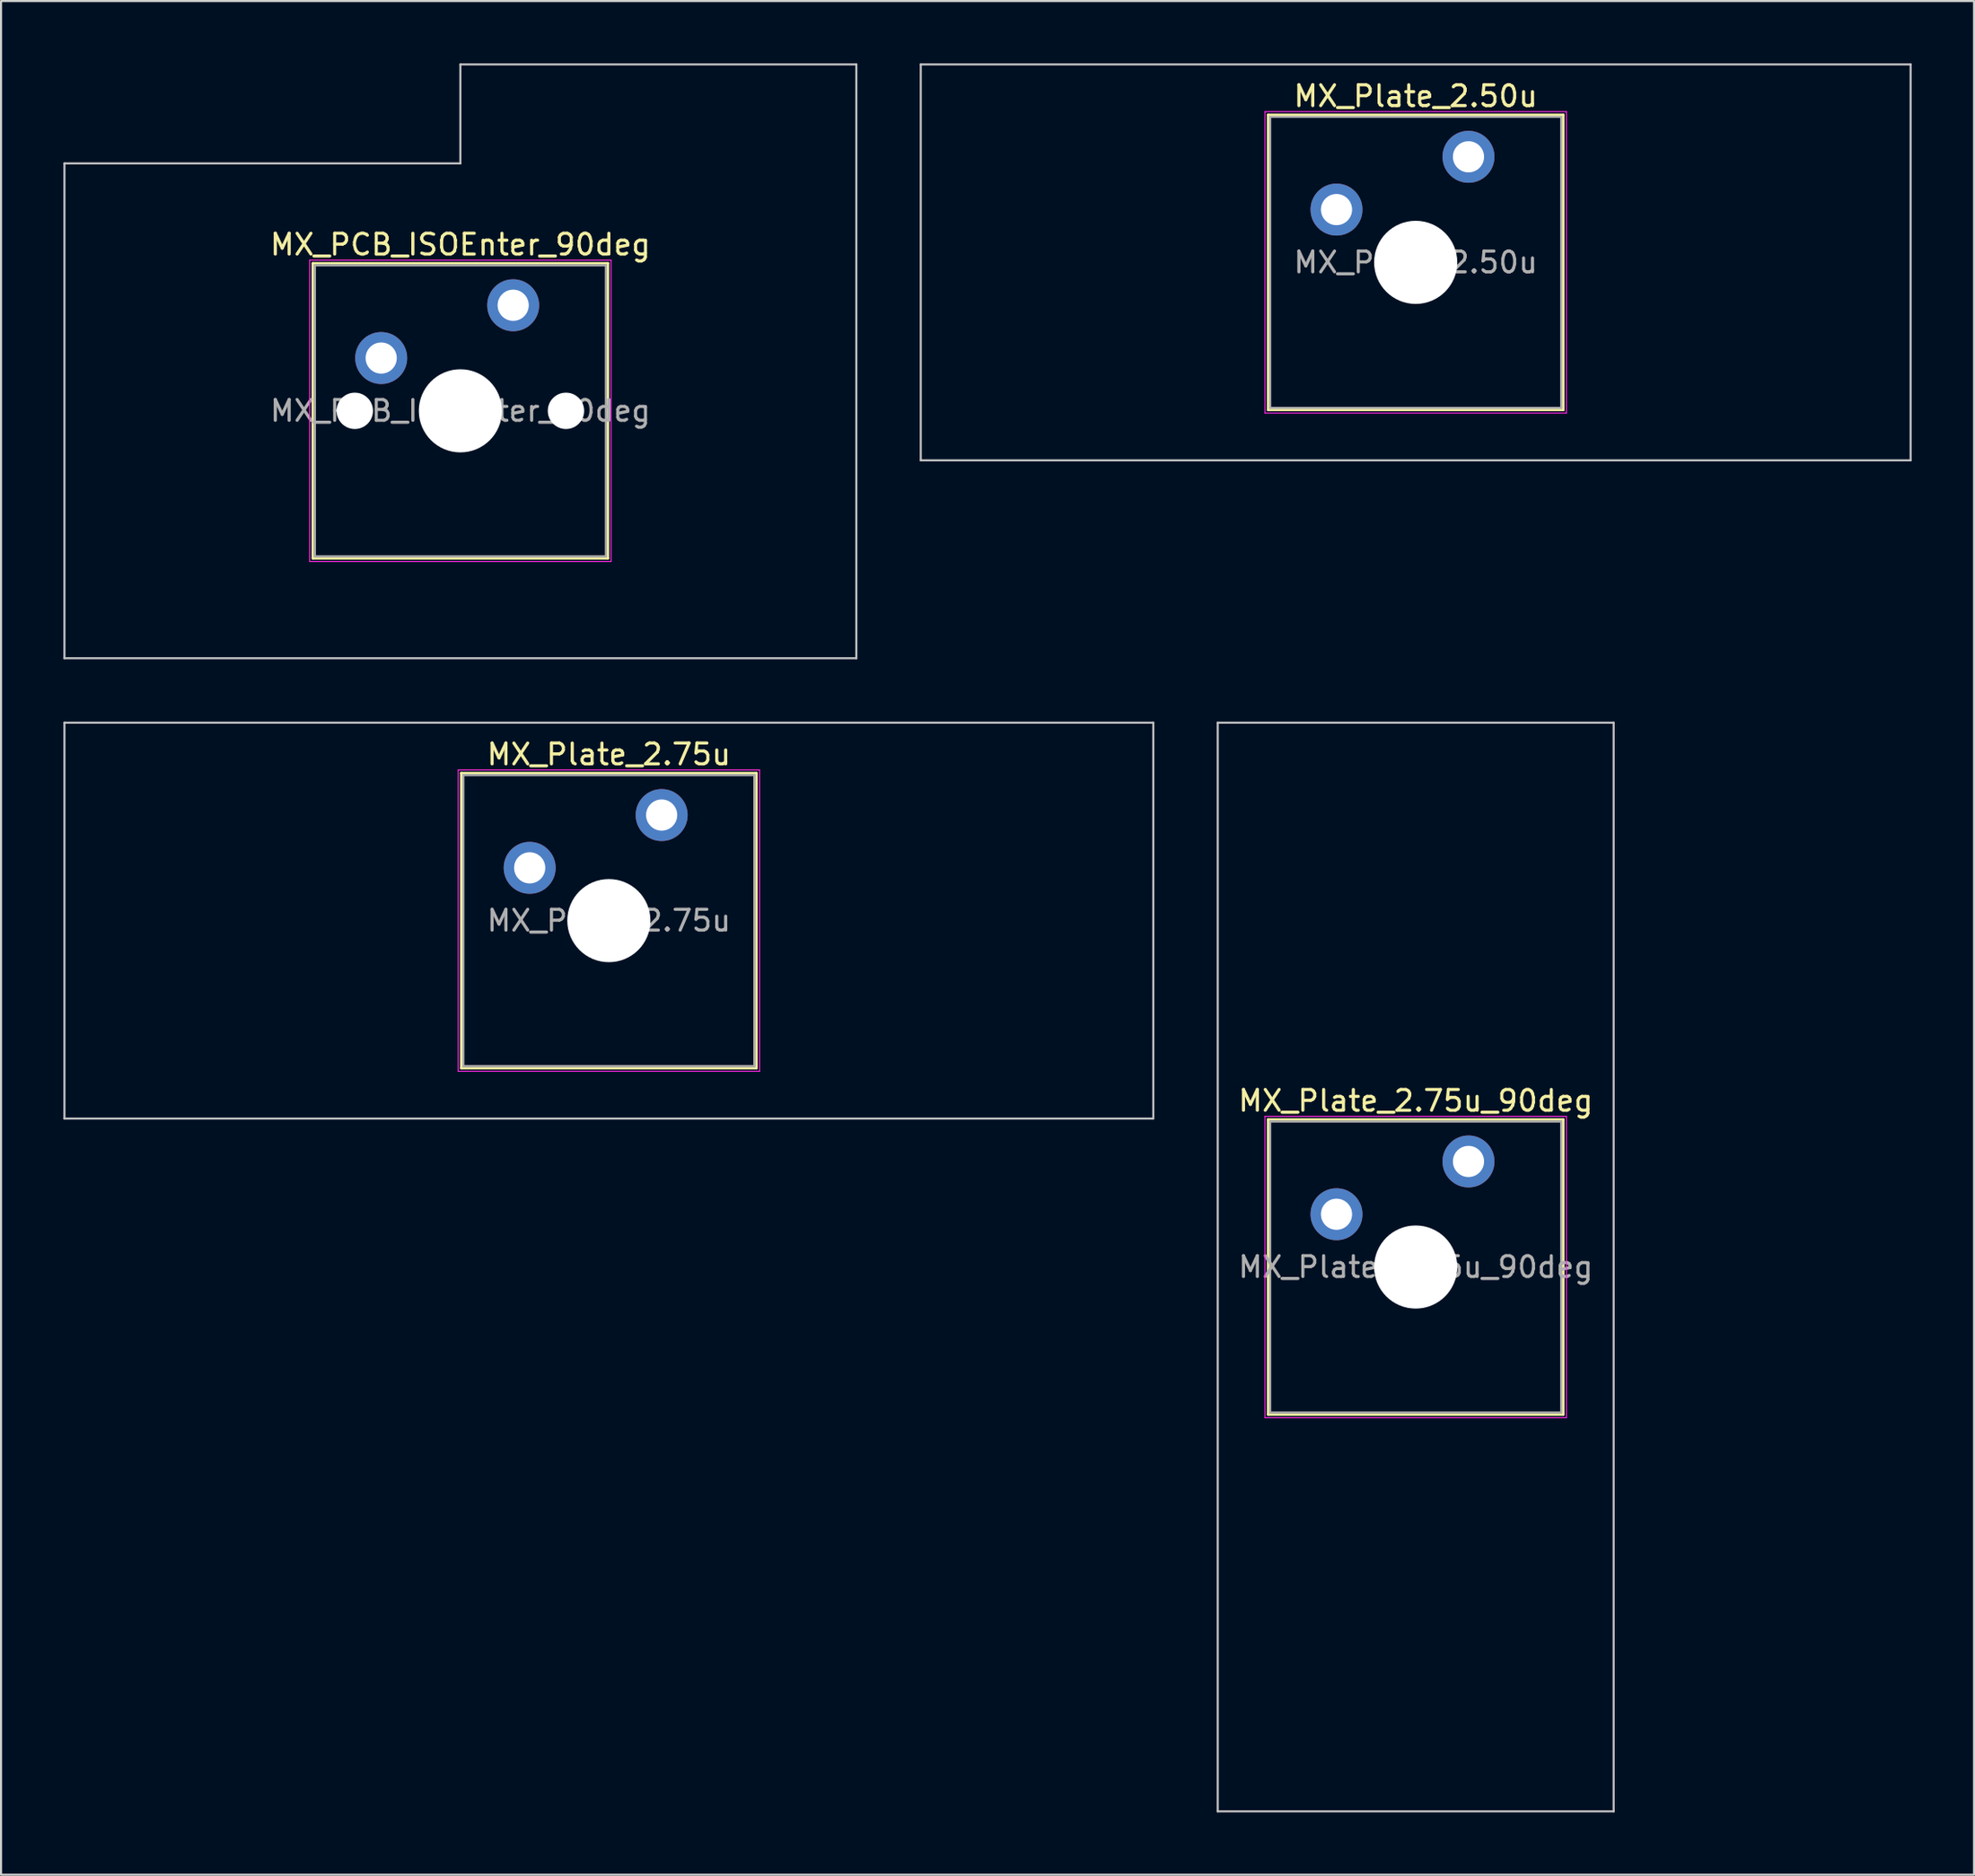
<source format=kicad_pcb>
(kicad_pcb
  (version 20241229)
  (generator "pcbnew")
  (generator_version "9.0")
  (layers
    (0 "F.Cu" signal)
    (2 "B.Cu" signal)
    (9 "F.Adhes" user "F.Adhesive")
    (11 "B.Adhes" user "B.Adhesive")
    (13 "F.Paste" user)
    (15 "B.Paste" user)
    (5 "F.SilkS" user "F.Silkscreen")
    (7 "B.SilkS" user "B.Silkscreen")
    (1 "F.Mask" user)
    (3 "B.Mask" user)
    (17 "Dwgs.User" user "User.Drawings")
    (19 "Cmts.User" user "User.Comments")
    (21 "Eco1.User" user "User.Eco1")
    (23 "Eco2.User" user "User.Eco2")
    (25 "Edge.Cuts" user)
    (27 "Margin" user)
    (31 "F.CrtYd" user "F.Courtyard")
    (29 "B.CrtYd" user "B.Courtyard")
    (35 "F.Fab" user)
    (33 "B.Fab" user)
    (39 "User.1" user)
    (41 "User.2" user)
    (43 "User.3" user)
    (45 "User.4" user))
  (footprint "MX_Plate_2.75u"
    (layer "F.Cu")
    (at 26.244 41.25)
    (property "Reference" "MX_Plate_2.75u" (at 0 -8 0) (layer "F.SilkS") (effects (font (size 1 1) (thickness 0.15))))
    (attr through_hole)
    (fp_line (start -7.1 -7.1) (end -7.1 7.1) (stroke (width 0.12) (type solid)) (layer "F.SilkS"))
    (fp_line (start -7.1 7.1) (end 7.1 7.1) (stroke (width 0.12) (type solid)) (layer "F.SilkS"))
    (fp_line (start 7.1 -7.1) (end -7.1 -7.1) (stroke (width 0.12) (type solid)) (layer "F.SilkS"))
    (fp_line (start 7.1 7.1) (end 7.1 -7.1) (stroke (width 0.12) (type solid)) (layer "F.SilkS"))
    (fp_line (start -26.194 -9.525) (end -26.194 9.525) (stroke (width 0.1) (type solid)) (layer "Dwgs.User"))
    (fp_line (start -26.194 9.525) (end 26.194 9.525) (stroke (width 0.1) (type solid)) (layer "Dwgs.User"))
    (fp_line (start 26.194 -9.525) (end -26.194 -9.525) (stroke (width 0.1) (type solid)) (layer "Dwgs.User"))
    (fp_line (start 26.194 9.525) (end 26.194 -9.525) (stroke (width 0.1) (type solid)) (layer "Dwgs.User"))
    (fp_line (start -7 -7) (end -7 7) (stroke (width 0.1) (type solid)) (layer "Eco1.User"))
    (fp_line (start -7 7) (end 7 7) (stroke (width 0.1) (type solid)) (layer "Eco1.User"))
    (fp_line (start 7 -7) (end -7 -7) (stroke (width 0.1) (type solid)) (layer "Eco1.User"))
    (fp_line (start 7 7) (end 7 -7) (stroke (width 0.1) (type solid)) (layer "Eco1.User"))
    (fp_line (start -7.25 -7.25) (end -7.25 7.25) (stroke (width 0.05) (type solid)) (layer "F.CrtYd"))
    (fp_line (start -7.25 7.25) (end 7.25 7.25) (stroke (width 0.05) (type solid)) (layer "F.CrtYd"))
    (fp_line (start 7.25 -7.25) (end -7.25 -7.25) (stroke (width 0.05) (type solid)) (layer "F.CrtYd"))
    (fp_line (start 7.25 7.25) (end 7.25 -7.25) (stroke (width 0.05) (type solid)) (layer "F.CrtYd"))
    (fp_line (start -7 -7) (end -7 7) (stroke (width 0.1) (type solid)) (layer "F.Fab"))
    (fp_line (start -7 7) (end 7 7) (stroke (width 0.1) (type solid)) (layer "F.Fab"))
    (fp_line (start 7 -7) (end -7 -7) (stroke (width 0.1) (type solid)) (layer "F.Fab"))
    (fp_line (start 7 7) (end 7 -7) (stroke (width 0.1) (type solid)) (layer "F.Fab"))
    (fp_text user "${REFERENCE}" (at 0 0 0) (layer "F.Fab") (effects (font (size 1 1) (thickness 0.15))))
    (pad "" np_thru_hole circle (at 0 0) (size 4 4) (drill 4) (layers "*.Cu" "*.Mask"))
    (pad "1" thru_hole circle (at -3.81 -2.54) (size 2.5 2.5) (drill 1.5) (layers "*.Cu" "*.Mask"))
    (pad "2" thru_hole circle (at 2.54 -5.08) (size 2.5 2.5) (drill 1.5) (layers "*.Cu" "*.Mask")))
  (footprint "MX_Plate_2.50u"
    (layer "F.Cu")
    (at 65.062 9.575)
    (property "Reference" "MX_Plate_2.50u" (at 0 -8 0) (layer "F.SilkS") (effects (font (size 1 1) (thickness 0.15))))
    (attr through_hole)
    (fp_line (start -7.1 -7.1) (end -7.1 7.1) (stroke (width 0.12) (type solid)) (layer "F.SilkS"))
    (fp_line (start -7.1 7.1) (end 7.1 7.1) (stroke (width 0.12) (type solid)) (layer "F.SilkS"))
    (fp_line (start 7.1 -7.1) (end -7.1 -7.1) (stroke (width 0.12) (type solid)) (layer "F.SilkS"))
    (fp_line (start 7.1 7.1) (end 7.1 -7.1) (stroke (width 0.12) (type solid)) (layer "F.SilkS"))
    (fp_line (start -23.812 -9.525) (end -23.812 9.525) (stroke (width 0.1) (type solid)) (layer "Dwgs.User"))
    (fp_line (start -23.812 9.525) (end 23.812 9.525) (stroke (width 0.1) (type solid)) (layer "Dwgs.User"))
    (fp_line (start 23.812 -9.525) (end -23.812 -9.525) (stroke (width 0.1) (type solid)) (layer "Dwgs.User"))
    (fp_line (start 23.812 9.525) (end 23.812 -9.525) (stroke (width 0.1) (type solid)) (layer "Dwgs.User"))
    (fp_line (start -7 -7) (end -7 7) (stroke (width 0.1) (type solid)) (layer "Eco1.User"))
    (fp_line (start -7 7) (end 7 7) (stroke (width 0.1) (type solid)) (layer "Eco1.User"))
    (fp_line (start 7 -7) (end -7 -7) (stroke (width 0.1) (type solid)) (layer "Eco1.User"))
    (fp_line (start 7 7) (end 7 -7) (stroke (width 0.1) (type solid)) (layer "Eco1.User"))
    (fp_line (start -7.25 -7.25) (end -7.25 7.25) (stroke (width 0.05) (type solid)) (layer "F.CrtYd"))
    (fp_line (start -7.25 7.25) (end 7.25 7.25) (stroke (width 0.05) (type solid)) (layer "F.CrtYd"))
    (fp_line (start 7.25 -7.25) (end -7.25 -7.25) (stroke (width 0.05) (type solid)) (layer "F.CrtYd"))
    (fp_line (start 7.25 7.25) (end 7.25 -7.25) (stroke (width 0.05) (type solid)) (layer "F.CrtYd"))
    (fp_line (start -7 -7) (end -7 7) (stroke (width 0.1) (type solid)) (layer "F.Fab"))
    (fp_line (start -7 7) (end 7 7) (stroke (width 0.1) (type solid)) (layer "F.Fab"))
    (fp_line (start 7 -7) (end -7 -7) (stroke (width 0.1) (type solid)) (layer "F.Fab"))
    (fp_line (start 7 7) (end 7 -7) (stroke (width 0.1) (type solid)) (layer "F.Fab"))
    (fp_text user "${REFERENCE}" (at 0 0 0) (layer "F.Fab") (effects (font (size 1 1) (thickness 0.15))))
    (pad "" np_thru_hole circle (at 0 0) (size 4 4) (drill 4) (layers "*.Cu" "*.Mask"))
    (pad "1" thru_hole circle (at -3.81 -2.54) (size 2.5 2.5) (drill 1.5) (layers "*.Cu" "*.Mask"))
    (pad "2" thru_hole circle (at 2.54 -5.08) (size 2.5 2.5) (drill 1.5) (layers "*.Cu" "*.Mask")))
  (footprint "MX_Plate_2.75u_90deg"
    (layer "F.Cu")
    (at 65.062 57.919)
    (property "Reference" "MX_Plate_2.75u_90deg" (at 0 -8 0) (layer "F.SilkS") (effects (font (size 1 1) (thickness 0.15))))
    (attr through_hole)
    (fp_line (start -7.1 -7.1) (end -7.1 7.1) (stroke (width 0.12) (type solid)) (layer "F.SilkS"))
    (fp_line (start -7.1 7.1) (end 7.1 7.1) (stroke (width 0.12) (type solid)) (layer "F.SilkS"))
    (fp_line (start 7.1 -7.1) (end -7.1 -7.1) (stroke (width 0.12) (type solid)) (layer "F.SilkS"))
    (fp_line (start 7.1 7.1) (end 7.1 -7.1) (stroke (width 0.12) (type solid)) (layer "F.SilkS"))
    (fp_line (start -9.525 -26.194) (end 9.525 -26.194) (stroke (width 0.1) (type solid)) (layer "Dwgs.User"))
    (fp_line (start -9.525 26.194) (end -9.525 -26.194) (stroke (width 0.1) (type solid)) (layer "Dwgs.User"))
    (fp_line (start 9.525 -26.194) (end 9.525 26.194) (stroke (width 0.1) (type solid)) (layer "Dwgs.User"))
    (fp_line (start 9.525 26.194) (end -9.525 26.194) (stroke (width 0.1) (type solid)) (layer "Dwgs.User"))
    (fp_line (start -7 -7) (end -7 7) (stroke (width 0.1) (type solid)) (layer "Eco1.User"))
    (fp_line (start -7 7) (end 7 7) (stroke (width 0.1) (type solid)) (layer "Eco1.User"))
    (fp_line (start 7 -7) (end -7 -7) (stroke (width 0.1) (type solid)) (layer "Eco1.User"))
    (fp_line (start 7 7) (end 7 -7) (stroke (width 0.1) (type solid)) (layer "Eco1.User"))
    (fp_line (start -7.25 -7.25) (end -7.25 7.25) (stroke (width 0.05) (type solid)) (layer "F.CrtYd"))
    (fp_line (start -7.25 7.25) (end 7.25 7.25) (stroke (width 0.05) (type solid)) (layer "F.CrtYd"))
    (fp_line (start 7.25 -7.25) (end -7.25 -7.25) (stroke (width 0.05) (type solid)) (layer "F.CrtYd"))
    (fp_line (start 7.25 7.25) (end 7.25 -7.25) (stroke (width 0.05) (type solid)) (layer "F.CrtYd"))
    (fp_line (start -7 -7) (end -7 7) (stroke (width 0.1) (type solid)) (layer "F.Fab"))
    (fp_line (start -7 7) (end 7 7) (stroke (width 0.1) (type solid)) (layer "F.Fab"))
    (fp_line (start 7 -7) (end -7 -7) (stroke (width 0.1) (type solid)) (layer "F.Fab"))
    (fp_line (start 7 7) (end 7 -7) (stroke (width 0.1) (type solid)) (layer "F.Fab"))
    (fp_text user "${REFERENCE}" (at 0 0 0) (layer "F.Fab") (effects (font (size 1 1) (thickness 0.15))))
    (pad "" np_thru_hole circle (at 0 0) (size 4 4) (drill 4) (layers "*.Cu" "*.Mask"))
    (pad "1" thru_hole circle (at -3.81 -2.54) (size 2.5 2.5) (drill 1.5) (layers "*.Cu" "*.Mask"))
    (pad "2" thru_hole circle (at 2.54 -5.08) (size 2.5 2.5) (drill 1.5) (layers "*.Cu" "*.Mask")))
  (footprint "MX_PCB_ISOEnter_90deg"
    (layer "F.Cu")
    (at 19.1 16.719)
    (property "Reference" "MX_PCB_ISOEnter_90deg" (at 0 -8 0) (layer "F.SilkS") (effects (font (size 1 1) (thickness 0.15))))
    (attr through_hole)
    (fp_line (start -7.1 -7.1) (end -7.1 7.1) (stroke (width 0.12) (type solid)) (layer "F.SilkS"))
    (fp_line (start -7.1 7.1) (end 7.1 7.1) (stroke (width 0.12) (type solid)) (layer "F.SilkS"))
    (fp_line (start 7.1 -7.1) (end -7.1 -7.1) (stroke (width 0.12) (type solid)) (layer "F.SilkS"))
    (fp_line (start 7.1 7.1) (end 7.1 -7.1) (stroke (width 0.12) (type solid)) (layer "F.SilkS"))
    (fp_line (start -19.05 -11.906) (end -19.05 11.906) (stroke (width 0.1) (type solid)) (layer "Dwgs.User"))
    (fp_line (start -19.05 11.906) (end 19.05 11.906) (stroke (width 0.1) (type solid)) (layer "Dwgs.User"))
    (fp_line (start 0 -16.669) (end 0 -11.906) (stroke (width 0.1) (type solid)) (layer "Dwgs.User"))
    (fp_line (start 0 -11.906) (end -19.05 -11.906) (stroke (width 0.1) (type solid)) (layer "Dwgs.User"))
    (fp_line (start 19.05 -16.669) (end 0 -16.669) (stroke (width 0.1) (type solid)) (layer "Dwgs.User"))
    (fp_line (start 19.05 11.906) (end 19.05 -16.669) (stroke (width 0.1) (type solid)) (layer "Dwgs.User"))
    (fp_line (start -7 -7) (end -7 7) (stroke (width 0.1) (type solid)) (layer "Eco1.User"))
    (fp_line (start -7 7) (end 7 7) (stroke (width 0.1) (type solid)) (layer "Eco1.User"))
    (fp_line (start 7 -7) (end -7 -7) (stroke (width 0.1) (type solid)) (layer "Eco1.User"))
    (fp_line (start 7 7) (end 7 -7) (stroke (width 0.1) (type solid)) (layer "Eco1.User"))
    (fp_line (start -7.25 -7.25) (end -7.25 7.25) (stroke (width 0.05) (type solid)) (layer "F.CrtYd"))
    (fp_line (start -7.25 7.25) (end 7.25 7.25) (stroke (width 0.05) (type solid)) (layer "F.CrtYd"))
    (fp_line (start 7.25 -7.25) (end -7.25 -7.25) (stroke (width 0.05) (type solid)) (layer "F.CrtYd"))
    (fp_line (start 7.25 7.25) (end 7.25 -7.25) (stroke (width 0.05) (type solid)) (layer "F.CrtYd"))
    (fp_line (start -7 -7) (end -7 7) (stroke (width 0.1) (type solid)) (layer "F.Fab"))
    (fp_line (start -7 7) (end 7 7) (stroke (width 0.1) (type solid)) (layer "F.Fab"))
    (fp_line (start 7 -7) (end -7 -7) (stroke (width 0.1) (type solid)) (layer "F.Fab"))
    (fp_line (start 7 7) (end 7 -7) (stroke (width 0.1) (type solid)) (layer "F.Fab"))
    (fp_text user "${REFERENCE}" (at 0 0 0) (layer "F.Fab") (effects (font (size 1 1) (thickness 0.15))))
    (pad "" np_thru_hole circle (at -5.08 0) (size 1.75 1.75) (drill 1.75) (layers "*.Cu" "*.Mask"))
    (pad "" np_thru_hole circle (at 0 0) (size 4 4) (drill 4) (layers "*.Cu" "*.Mask"))
    (pad "" np_thru_hole circle (at 5.08 0) (size 1.75 1.75) (drill 1.75) (layers "*.Cu" "*.Mask"))
    (pad "1" thru_hole circle (at -3.81 -2.54) (size 2.5 2.5) (drill 1.5) (layers "*.Cu" "*.Mask"))
    (pad "2" thru_hole circle (at 2.54 -5.08) (size 2.5 2.5) (drill 1.5) (layers "*.Cu" "*.Mask")))
  (gr_rect
    (start -3 -3)
    (end 91.925 87.162)
    (stroke (width 0.1) (type default))
    (fill no)
    (layer "Edge.Cuts")))
</source>
